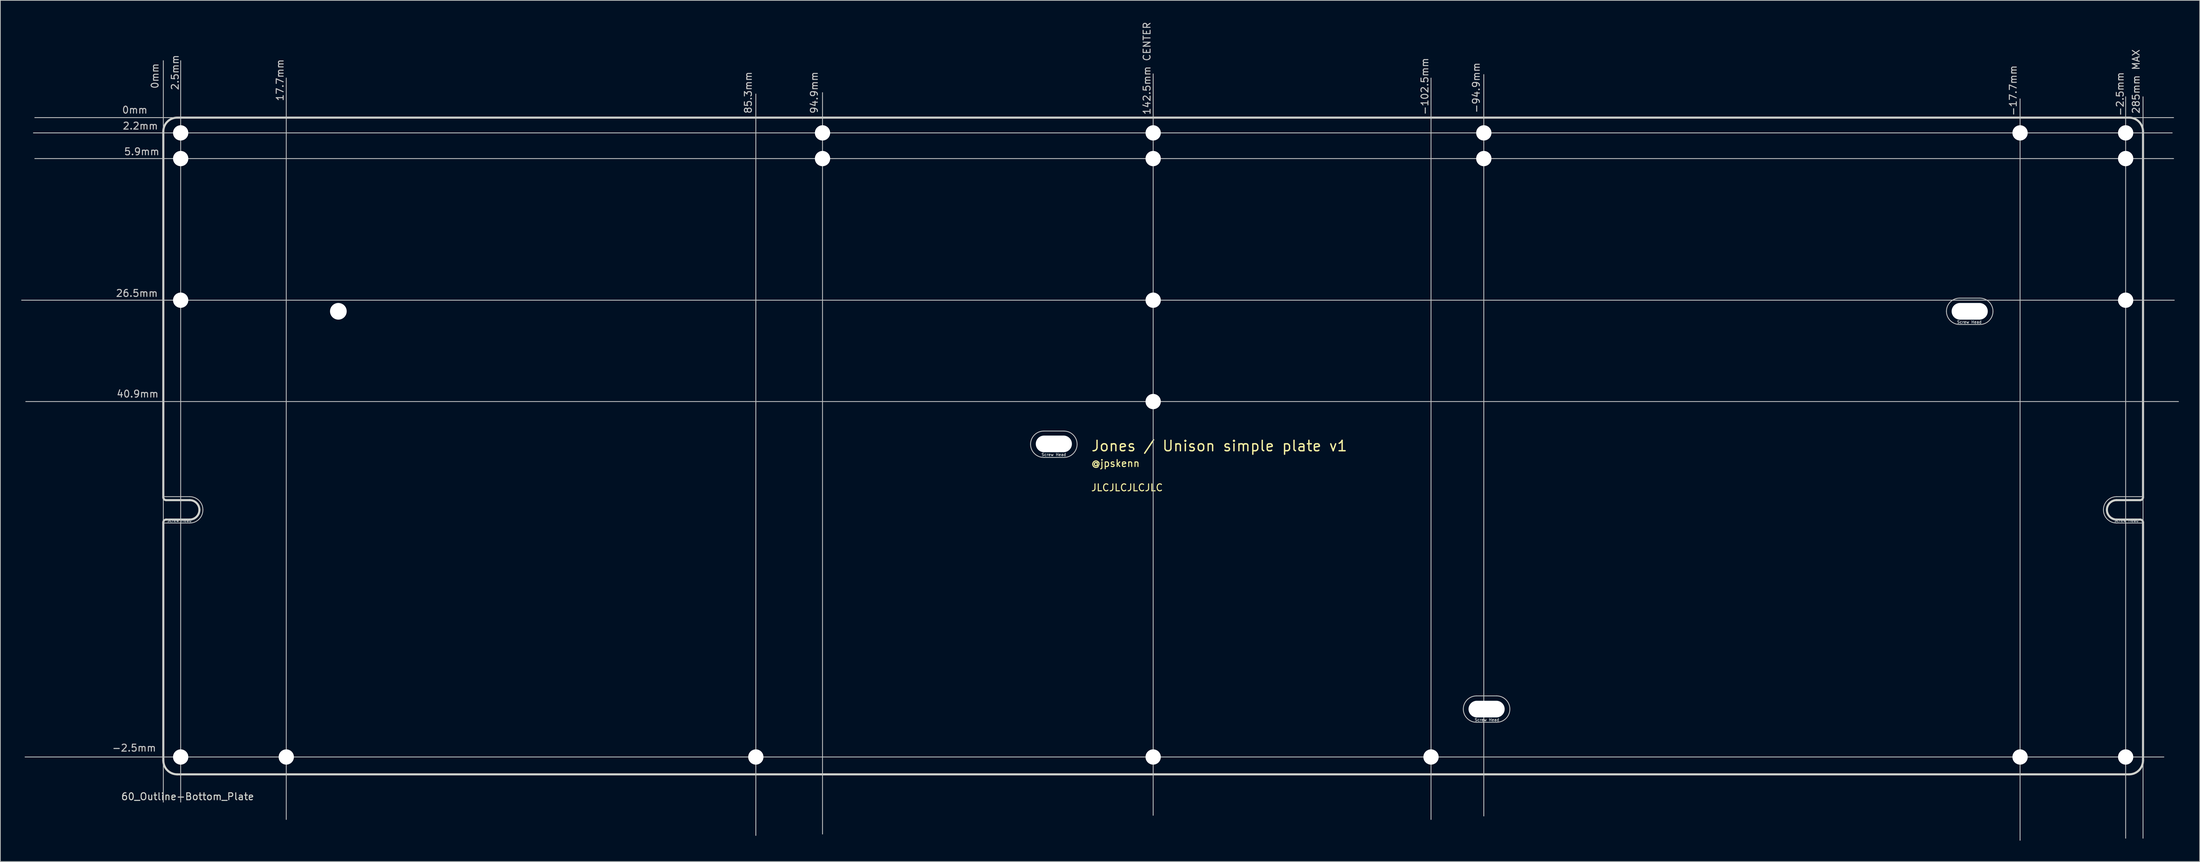
<source format=kicad_pcb>
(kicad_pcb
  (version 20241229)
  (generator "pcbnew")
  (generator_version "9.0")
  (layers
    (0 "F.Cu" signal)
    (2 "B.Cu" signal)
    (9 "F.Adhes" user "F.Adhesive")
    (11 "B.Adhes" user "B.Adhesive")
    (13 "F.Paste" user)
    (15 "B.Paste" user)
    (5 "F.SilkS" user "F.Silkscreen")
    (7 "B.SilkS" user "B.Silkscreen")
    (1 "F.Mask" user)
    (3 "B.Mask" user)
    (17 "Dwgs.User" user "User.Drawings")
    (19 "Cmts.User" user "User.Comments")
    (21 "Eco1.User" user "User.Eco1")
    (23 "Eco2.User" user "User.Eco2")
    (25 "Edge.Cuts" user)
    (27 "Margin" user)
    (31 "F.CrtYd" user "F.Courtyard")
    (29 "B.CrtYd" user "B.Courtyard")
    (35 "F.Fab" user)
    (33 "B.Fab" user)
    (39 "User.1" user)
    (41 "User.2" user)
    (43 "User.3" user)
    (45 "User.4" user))
  (footprint "60_Outline-Bottom_Plate"
    (layer "F.Cu")
    (at 162.96 61.192)
    (property "Reference" "60_Outline-Bottom_Plate" (at -139 50.5 0) (layer "Edge.Cuts") (effects (font (size 1 1) (thickness 0.15))))
    (attr through_hole)
    (fp_line (start -162.9 -21) (end 147 -21) (stroke (width 0.12) (type solid)) (layer "Dwgs.User"))
    (fp_line (start -162.4 44.8) (end 145.5 44.8) (stroke (width 0.12) (type solid)) (layer "Dwgs.User"))
    (fp_line (start -162.3 -6.4) (end 147.6 -6.4) (stroke (width 0.12) (type solid)) (layer "Dwgs.User"))
    (fp_line (start -161.2 -45.1) (end 146.7 -45.1) (stroke (width 0.12) (type solid)) (layer "Dwgs.User"))
    (fp_line (start -161 -47.3) (end 146.9 -47.3) (stroke (width 0.12) (type solid)) (layer "Dwgs.User"))
    (fp_line (start -161 -41.4) (end 146.9 -41.4) (stroke (width 0.12) (type solid)) (layer "Dwgs.User"))
    (fp_line (start -142.5 -55.5) (end -142.5 51.3) (stroke (width 0.12) (type solid)) (layer "Dwgs.User"))
    (fp_line (start -142.5 7.3) (end -138.7 7.3) (stroke (width 0.12) (type solid)) (layer "Dwgs.User"))
    (fp_line (start -142.5 11.1) (end -138.7 11.1) (stroke (width 0.12) (type solid)) (layer "Dwgs.User"))
    (fp_line (start -140 -55.5) (end -140 51.3) (stroke (width 0.12) (type solid)) (layer "Dwgs.User"))
    (fp_line (start -124.8 -53) (end -124.8 53.8) (stroke (width 0.12) (type solid)) (layer "Dwgs.User"))
    (fp_line (start -57.2 -50.7) (end -57.2 56.1) (stroke (width 0.12) (type solid)) (layer "Dwgs.User"))
    (fp_line (start -47.6 -50.9) (end -47.6 55.9) (stroke (width 0.12) (type solid)) (layer "Dwgs.User"))
    (fp_line (start -15.75 -2.15) (end -12.85 -2.15) (stroke (width 0.12) (type solid)) (layer "Dwgs.User"))
    (fp_line (start -15.75 1.65) (end -12.85 1.65) (stroke (width 0.12) (type solid)) (layer "Dwgs.User"))
    (fp_line (start 0 -53.6) (end 0 53.2) (stroke (width 0.12) (type solid)) (layer "Dwgs.User"))
    (fp_line (start 40 -53) (end 40 53.8) (stroke (width 0.12) (type solid)) (layer "Dwgs.User"))
    (fp_line (start 46.55 36) (end 49.45 36) (stroke (width 0.12) (type solid)) (layer "Dwgs.User"))
    (fp_line (start 46.55 39.8) (end 49.45 39.8) (stroke (width 0.12) (type solid)) (layer "Dwgs.User"))
    (fp_line (start 47.6 -53.5) (end 47.6 53.3) (stroke (width 0.12) (type solid)) (layer "Dwgs.User"))
    (fp_line (start 116.1 -21.3) (end 119 -21.3) (stroke (width 0.12) (type solid)) (layer "Dwgs.User"))
    (fp_line (start 116.1 -17.5) (end 119 -17.5) (stroke (width 0.12) (type solid)) (layer "Dwgs.User"))
    (fp_line (start 124.8 -50) (end 124.8 56.8) (stroke (width 0.12) (type solid)) (layer "Dwgs.User"))
    (fp_line (start 138.7 7.3) (end 142.5 7.3) (stroke (width 0.12) (type solid)) (layer "Dwgs.User"))
    (fp_line (start 138.7 11.1) (end 142.5 11.1) (stroke (width 0.12) (type solid)) (layer "Dwgs.User"))
    (fp_line (start 140 -50.3) (end 140 56.5) (stroke (width 0.12) (type solid)) (layer "Dwgs.User"))
    (fp_line (start 142.5 -50.3) (end 142.5 56.5) (stroke (width 0.12) (type solid)) (layer "Dwgs.User"))
    (fp_arc (start -138.7 7.3) (mid -137.356497 7.856497) (end -136.8 9.2) (stroke (width 0.12) (type solid)) (layer "Dwgs.User"))
    (fp_arc (start -136.8 9.2) (mid -137.356497 10.543503) (end -138.7 11.1) (stroke (width 0.12) (type solid)) (layer "Dwgs.User"))
    (fp_arc (start -17.65 -0.25) (mid -17.093503 -1.593503) (end -15.75 -2.15) (stroke (width 0.12) (type solid)) (layer "Dwgs.User"))
    (fp_arc (start -15.75 1.65) (mid -17.093503 1.093503) (end -17.65 -0.25) (stroke (width 0.12) (type solid)) (layer "Dwgs.User"))
    (fp_arc (start -12.85 -2.15) (mid -11.506497 -1.593503) (end -10.95 -0.25) (stroke (width 0.12) (type solid)) (layer "Dwgs.User"))
    (fp_arc (start -10.95 -0.25) (mid -11.506497 1.093503) (end -12.85 1.65) (stroke (width 0.12) (type solid)) (layer "Dwgs.User"))
    (fp_arc (start 44.65 37.9) (mid 45.206497 36.556497) (end 46.55 36) (stroke (width 0.12) (type solid)) (layer "Dwgs.User"))
    (fp_arc (start 46.55 39.8) (mid 45.206497 39.243503) (end 44.65 37.9) (stroke (width 0.12) (type solid)) (layer "Dwgs.User"))
    (fp_arc (start 49.45 36) (mid 50.793503 36.556497) (end 51.35 37.9) (stroke (width 0.12) (type solid)) (layer "Dwgs.User"))
    (fp_arc (start 51.35 37.9) (mid 50.793503 39.243503) (end 49.45 39.8) (stroke (width 0.12) (type solid)) (layer "Dwgs.User"))
    (fp_arc (start 114.2 -19.4) (mid 114.756497 -20.743503) (end 116.1 -21.3) (stroke (width 0.12) (type solid)) (layer "Dwgs.User"))
    (fp_arc (start 116.1 -17.5) (mid 114.756497 -18.056497) (end 114.2 -19.4) (stroke (width 0.12) (type solid)) (layer "Dwgs.User"))
    (fp_arc (start 119 -21.3) (mid 120.343503 -20.743503) (end 120.9 -19.4) (stroke (width 0.12) (type solid)) (layer "Dwgs.User"))
    (fp_arc (start 120.9 -19.4) (mid 120.343503 -18.056497) (end 119 -17.5) (stroke (width 0.12) (type solid)) (layer "Dwgs.User"))
    (fp_arc (start 136.8 9.2) (mid 137.356497 7.856497) (end 138.7 7.3) (stroke (width 0.12) (type solid)) (layer "Dwgs.User"))
    (fp_arc (start 138.7 11.1) (mid 137.356497 10.543503) (end 136.8 9.2) (stroke (width 0.12) (type solid)) (layer "Dwgs.User"))
    (fp_line (start -142.5 7.4) (end -142.5 -45.3) (stroke (width 0.3) (type solid)) (layer "Edge.Cuts"))
    (fp_line (start -142.5 45.3) (end -142.5 11) (stroke (width 0.3) (type solid)) (layer "Edge.Cuts"))
    (fp_line (start -142.1 10.6) (end -138.7 10.6) (stroke (width 0.3) (type solid)) (layer "Edge.Cuts"))
    (fp_line (start -138.7 7.8) (end -142.1 7.8) (stroke (width 0.3) (type solid)) (layer "Edge.Cuts"))
    (fp_line (start 138.7 7.8) (end 142.1 7.8) (stroke (width 0.3) (type solid)) (layer "Edge.Cuts"))
    (fp_line (start 138.7 10.6) (end 142.1 10.6) (stroke (width 0.3) (type solid)) (layer "Edge.Cuts"))
    (fp_line (start 140.5 -47.3) (end -140.5 -47.3) (stroke (width 0.3) (type solid)) (layer "Edge.Cuts"))
    (fp_line (start 140.5 47.3) (end -140.5 47.3) (stroke (width 0.3) (type solid)) (layer "Edge.Cuts"))
    (fp_line (start 142.5 7.4) (end 142.5 -45.3) (stroke (width 0.3) (type solid)) (layer "Edge.Cuts"))
    (fp_line (start 142.5 11) (end 142.5 45.3) (stroke (width 0.3) (type solid)) (layer "Edge.Cuts"))
    (fp_arc (start -142.5 -45.3) (mid -141.914214 -46.714214) (end -140.5 -47.3) (stroke (width 0.3) (type solid)) (layer "Edge.Cuts"))
    (fp_arc (start -142.5 11) (mid -142.382843 10.717157) (end -142.1 10.6) (stroke (width 0.3) (type solid)) (layer "Edge.Cuts"))
    (fp_arc (start -142.1 7.8) (mid -142.382843 7.682843) (end -142.5 7.4) (stroke (width 0.3) (type solid)) (layer "Edge.Cuts"))
    (fp_arc (start -140.5 47.3) (mid -141.914214 46.714214) (end -142.5 45.3) (stroke (width 0.3) (type solid)) (layer "Edge.Cuts"))
    (fp_arc (start -138.7 7.8) (mid -137.710051 8.210051) (end -137.3 9.2) (stroke (width 0.3) (type solid)) (layer "Edge.Cuts"))
    (fp_arc (start -137.3 9.2) (mid -137.710051 10.189949) (end -138.7 10.6) (stroke (width 0.3) (type solid)) (layer "Edge.Cuts"))
    (fp_arc (start 137.3 9.2) (mid 137.710051 8.210051) (end 138.7 7.8) (stroke (width 0.3) (type solid)) (layer "Edge.Cuts"))
    (fp_arc (start 138.7 10.6) (mid 137.710051 10.189949) (end 137.3 9.2) (stroke (width 0.3) (type solid)) (layer "Edge.Cuts"))
    (fp_arc (start 140.5 -47.3) (mid 141.914214 -46.714214) (end 142.5 -45.3) (stroke (width 0.3) (type solid)) (layer "Edge.Cuts"))
    (fp_arc (start 142.1 10.6) (mid 142.382843 10.717157) (end 142.5 11) (stroke (width 0.3) (type solid)) (layer "Edge.Cuts"))
    (fp_arc (start 142.5 7.4) (mid 142.382843 7.682843) (end 142.1 7.8) (stroke (width 0.3) (type solid)) (layer "Edge.Cuts"))
    (fp_arc (start 142.5 45.3) (mid 141.914214 46.714214) (end 140.5 47.3) (stroke (width 0.3) (type solid)) (layer "Edge.Cuts"))
    (fp_text user "Jones / Unison simple plate v1" (at -9 0 0) (layer "F.SilkS") (effects (font (size 1.5 1.5) (thickness 0.2)) (justify left)))
    (fp_text user "@jpskenn" (at -9 2.5 0) (layer "F.SilkS") (effects (font (size 1 1) (thickness 0.15)) (justify left)))
    (fp_text user "JLCJLCJLCJLC" (at -9 6 0) (layer "F.SilkS") (effects (font (size 1 1) (thickness 0.15)) (justify left)))
    (fp_text user "Screw Head" (at -14.3 1.25 0) (layer "Dwgs.User") (effects (font (size 0.4 0.4) (thickness 0.08))))
    (fp_text user "2.2mm" (at -145.8 -46.1 0) (layer "Dwgs.User") (effects (font (size 1 1) (thickness 0.15))))
    (fp_text user "2.5mm" (at -140.8 -53.8 90) (layer "Dwgs.User") (effects (font (size 1 1) (thickness 0.15))))
    (fp_text user "285mm MAX" (at 141.5 -52.5 90) (layer "Dwgs.User") (effects (font (size 1 1) (thickness 0.15))))
    (fp_text user "5.9mm" (at -145.6 -42.4 0) (layer "Dwgs.User") (effects (font (size 1 1) (thickness 0.15))))
    (fp_text user "17.7mm" (at -125.7 -52.7 90) (layer "Dwgs.User") (effects (font (size 1 1) (thickness 0.15))))
    (fp_text user "0mm" (at -146.6 -48.4 0) (layer "Dwgs.User") (effects (font (size 1 1) (thickness 0.15))))
    (fp_text user "26.5mm" (at -146.3 -22 0) (layer "Dwgs.User") (effects (font (size 1 1) (thickness 0.15))))
    (fp_text user "142.5mm CENTER" (at -0.9 -54.4 90) (layer "Dwgs.User") (effects (font (size 1 1) (thickness 0.15))))
    (fp_text user "85.3mm" (at -58.3 -50.9 90) (layer "Dwgs.User") (effects (font (size 1 1) (thickness 0.15))))
    (fp_text user "0mm" (at -143.7 -53.3 90) (layer "Dwgs.User") (effects (font (size 1 1) (thickness 0.15))))
    (fp_text user "-2.5mm" (at -146.7 43.5 0) (layer "Dwgs.User") (effects (font (size 1 1) (thickness 0.15))))
    (fp_text user "40.9mm" (at -146.2 -7.5 0) (layer "Dwgs.User") (effects (font (size 1 1) (thickness 0.15))))
    (fp_text user "Screw Head" (at 140.1 10.75 0) (layer "Dwgs.User") (effects (font (size 0.4 0.4) (thickness 0.08))))
    (fp_text user "-2.5mm" (at 139.2 -50.7 90) (layer "Dwgs.User") (effects (font (size 1 1) (thickness 0.15))))
    (fp_text user "94.9mm" (at -48.8 -50.9 90) (layer "Dwgs.User") (effects (font (size 1 1) (thickness 0.15))))
    (fp_text user "Screw Head" (at -140.2 10.75 0) (layer "Dwgs.User") (effects (font (size 0.4 0.4) (thickness 0.08))))
    (fp_text user "-102.5mm" (at 39.1 -51.8 90) (layer "Dwgs.User") (effects (font (size 1 1) (thickness 0.15))))
    (fp_text user "-94.9mm" (at 46.5 -51.6 90) (layer "Dwgs.User") (effects (font (size 1 1) (thickness 0.15))))
    (fp_text user "-17.7mm" (at 123.8 -51.2 90) (layer "Dwgs.User") (effects (font (size 1 1) (thickness 0.15))))
    (fp_text user "Screw Head" (at 117.5 -17.85 0) (layer "Dwgs.User") (effects (font (size 0.4 0.4) (thickness 0.08))))
    (fp_text user "Screw Head" (at 48.05 39.45 0) (layer "Dwgs.User") (effects (font (size 0.4 0.4) (thickness 0.08))))
    (pad "" np_thru_hole circle (at -140 -45.1) (size 2.2 2.2) (drill 2.2) (layers "*.Cu" "*.Mask"))
    (pad "" np_thru_hole circle (at -140 -41.4) (size 2.2 2.2) (drill 2.2) (layers "*.Cu" "*.Mask"))
    (pad "" np_thru_hole circle (at -140 -21) (size 2.2 2.2) (drill 2.2) (layers "*.Cu" "*.Mask"))
    (pad "" np_thru_hole circle (at -140 44.8) (size 2.2 2.2) (drill 2.2) (layers "*.Cu" "*.Mask"))
    (pad "" np_thru_hole circle (at -124.8 44.8) (size 2.2 2.2) (drill 2.2) (layers "*.Cu" "*.Mask"))
    (pad "" np_thru_hole circle (at -117.3 -19.4) (size 2.4 2.4) (drill 2.4) (layers "*.Cu" "*.Mask"))
    (pad "" np_thru_hole circle (at -57.2 44.8) (size 2.2 2.2) (drill 2.2) (layers "*.Cu" "*.Mask"))
    (pad "" np_thru_hole circle (at -47.6 -45.1) (size 2.2 2.2) (drill 2.2) (layers "*.Cu" "*.Mask"))
    (pad "" np_thru_hole circle (at -47.6 -41.4) (size 2.2 2.2) (drill 2.2) (layers "*.Cu" "*.Mask"))
    (pad "" np_thru_hole oval (at -14.3 -0.3) (size 5.2 2.4) (drill oval 5.2 2.4) (layers "*.Cu" "*.Mask"))
    (pad "" np_thru_hole circle (at 0 -45.1) (size 2.2 2.2) (drill 2.2) (layers "*.Cu" "*.Mask"))
    (pad "" np_thru_hole circle (at 0 -41.4) (size 2.2 2.2) (drill 2.2) (layers "*.Cu" "*.Mask"))
    (pad "" np_thru_hole circle (at 0 -21) (size 2.2 2.2) (drill 2.2) (layers "*.Cu" "*.Mask"))
    (pad "" np_thru_hole circle (at 0 -6.4) (size 2.2 2.2) (drill 2.2) (layers "*.Cu" "*.Mask"))
    (pad "" np_thru_hole circle (at 0 44.8) (size 2.2 2.2) (drill 2.2) (layers "*.Cu" "*.Mask"))
    (pad "" np_thru_hole circle (at 40 44.8) (size 2.2 2.2) (drill 2.2) (layers "*.Cu" "*.Mask"))
    (pad "" np_thru_hole circle (at 47.6 -45.1) (size 2.2 2.2) (drill 2.2) (layers "*.Cu" "*.Mask"))
    (pad "" np_thru_hole circle (at 47.6 -41.4) (size 2.2 2.2) (drill 2.2) (layers "*.Cu" "*.Mask"))
    (pad "" np_thru_hole oval (at 48 37.9) (size 5.2 2.4) (drill oval 5.2 2.4) (layers "*.Cu" "*.Mask"))
    (pad "" np_thru_hole oval (at 117.55 -19.4) (size 5.2 2.4) (drill oval 5.2 2.4) (layers "*.Cu" "*.Mask"))
    (pad "" np_thru_hole circle (at 124.8 -45.1) (size 2.2 2.2) (drill 2.2) (layers "*.Cu" "*.Mask"))
    (pad "" np_thru_hole circle (at 124.8 44.8) (size 2.2 2.2) (drill 2.2) (layers "*.Cu" "*.Mask"))
    (pad "" np_thru_hole circle (at 140 -45.1) (size 2.2 2.2) (drill 2.2) (layers "*.Cu" "*.Mask"))
    (pad "" np_thru_hole circle (at 140 -41.4) (size 2.2 2.2) (drill 2.2) (layers "*.Cu" "*.Mask"))
    (pad "" np_thru_hole circle (at 140 -21) (size 2.2 2.2) (drill 2.2) (layers "*.Cu" "*.Mask"))
    (pad "" np_thru_hole circle (at 140 44.8) (size 2.2 2.2) (drill 2.2) (layers "*.Cu" "*.Mask")))
  (gr_rect
    (start -3 -3)
    (end 313.62 121.052)
    (stroke (width 0.1) (type default))
    (fill no)
    (layer "Edge.Cuts")))
</source>
